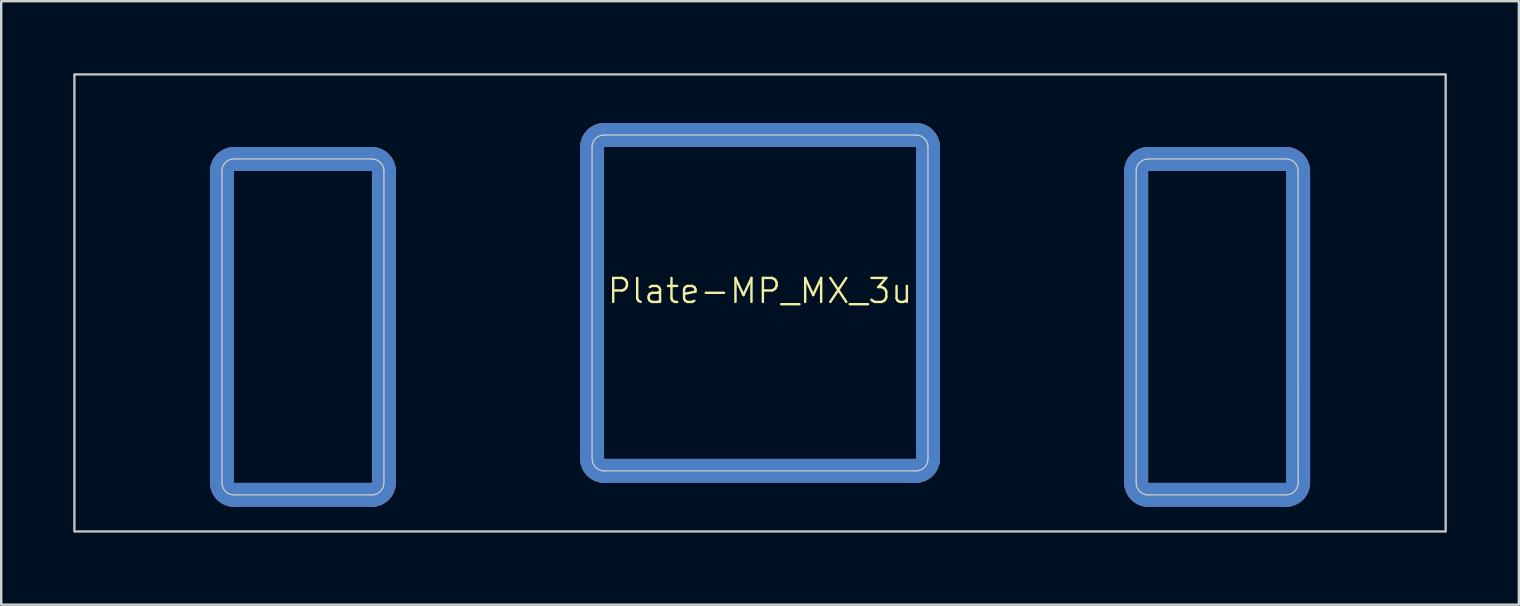
<source format=kicad_pcb>
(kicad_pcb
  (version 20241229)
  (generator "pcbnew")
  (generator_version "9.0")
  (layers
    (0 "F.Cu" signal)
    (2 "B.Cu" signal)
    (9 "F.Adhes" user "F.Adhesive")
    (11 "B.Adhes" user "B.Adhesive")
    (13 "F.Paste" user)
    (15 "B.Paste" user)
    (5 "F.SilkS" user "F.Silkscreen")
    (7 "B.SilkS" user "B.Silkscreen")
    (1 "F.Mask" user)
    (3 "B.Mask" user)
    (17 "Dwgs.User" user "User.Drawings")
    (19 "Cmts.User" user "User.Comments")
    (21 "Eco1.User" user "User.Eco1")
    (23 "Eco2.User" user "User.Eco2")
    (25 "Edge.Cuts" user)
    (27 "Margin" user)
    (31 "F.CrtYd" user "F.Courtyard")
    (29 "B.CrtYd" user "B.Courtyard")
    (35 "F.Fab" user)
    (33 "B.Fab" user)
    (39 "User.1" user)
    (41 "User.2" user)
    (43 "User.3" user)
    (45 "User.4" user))
  (footprint "Plate-MP_MX_3u"
    (layer "F.Cu")
    (at 28.625 9.575)
    (property "Reference" "Plate-MP_MX_3u" (at 0 -0.5 0) (unlocked yes) (layer "F.SilkS") (effects (font (size 1 1) (thickness 0.1))))
    (attr exclude_from_pos_files exclude_from_bom allow_missing_courtyard)
    (fp_line (start -22.425 -5.5) (end -22.425 7.5) (stroke (width 1) (type solid)) (layer "F.Cu"))
    (fp_line (start -16.175 -6) (end -21.925 -6) (stroke (width 1) (type solid)) (layer "F.Cu"))
    (fp_line (start -16.175 8) (end -21.925 8) (stroke (width 1) (type solid)) (layer "F.Cu"))
    (fp_line (start -15.675 -5.5) (end -15.675 7.5) (stroke (width 1) (type solid)) (layer "F.Cu"))
    (fp_line (start -7 -6.5) (end -7 6.5) (stroke (width 1) (type solid)) (layer "F.Cu"))
    (fp_line (start -6.5 7) (end 6.5 7) (stroke (width 1) (type solid)) (layer "F.Cu"))
    (fp_line (start 6.5 -7) (end -6.5 -7) (stroke (width 1) (type solid)) (layer "F.Cu"))
    (fp_line (start 7 6.5) (end 7 -6.5) (stroke (width 1) (type solid)) (layer "F.Cu"))
    (fp_line (start 15.675 -5.5) (end 15.675 7.5) (stroke (width 1) (type solid)) (layer "F.Cu"))
    (fp_line (start 21.925 -6) (end 16.175 -6) (stroke (width 1) (type solid)) (layer "F.Cu"))
    (fp_line (start 21.925 8) (end 16.175 8) (stroke (width 1) (type solid)) (layer "F.Cu"))
    (fp_line (start 22.425 -5.5) (end 22.425 7.5) (stroke (width 1) (type solid)) (layer "F.Cu"))
    (fp_arc (start -22.425 -5.499999) (mid -22.278553 -5.853552) (end -21.925 -5.999999) (stroke (width 1) (type solid)) (layer "F.Cu"))
    (fp_arc (start -21.925 8.000001) (mid -22.278554 7.853555) (end -22.425 7.500001) (stroke (width 1) (type solid)) (layer "F.Cu"))
    (fp_arc (start -16.175 -5.999999) (mid -15.821447 -5.853552) (end -15.675 -5.499999) (stroke (width 1) (type solid)) (layer "F.Cu"))
    (fp_arc (start -15.675 7.500001) (mid -15.821447 7.853554) (end -16.175 8.000001) (stroke (width 1) (type solid)) (layer "F.Cu"))
    (fp_arc (start -7 -6.5) (mid -6.853554 -6.853554) (end -6.5 -7) (stroke (width 1) (type solid)) (layer "F.Cu"))
    (fp_arc (start -6.497236 6.998884) (mid -6.85079 6.852438) (end -6.997236 6.498884) (stroke (width 1) (type solid)) (layer "F.Cu"))
    (fp_arc (start 6.5 -7) (mid 6.853554 -6.853554) (end 7 -6.5) (stroke (width 1) (type solid)) (layer "F.Cu"))
    (fp_arc (start 7 6.5) (mid 6.853554 6.853554) (end 6.5 7) (stroke (width 1) (type solid)) (layer "F.Cu"))
    (fp_arc (start 15.675 -5.499999) (mid 15.821447 -5.853552) (end 16.175 -5.999999) (stroke (width 1) (type solid)) (layer "F.Cu"))
    (fp_arc (start 16.175 8.000001) (mid 15.821446 7.853555) (end 15.675 7.500001) (stroke (width 1) (type solid)) (layer "F.Cu"))
    (fp_arc (start 21.925 -5.999999) (mid 22.278553 -5.853552) (end 22.425 -5.499999) (stroke (width 1) (type solid)) (layer "F.Cu"))
    (fp_arc (start 22.425 7.500001) (mid 22.278553 7.853554) (end 21.925 8.000001) (stroke (width 1) (type solid)) (layer "F.Cu"))
    (fp_line (start -22.425 -5.5) (end -22.425 7.5) (stroke (width 1.1) (type solid)) (layer "F.Mask"))
    (fp_line (start -21.925 -6) (end -16.175 -6) (stroke (width 1.1) (type solid)) (layer "F.Mask"))
    (fp_line (start -21.925 8) (end -16.175 8) (stroke (width 1.1) (type solid)) (layer "F.Mask"))
    (fp_line (start -15.675 -5.5) (end -15.675 7.5) (stroke (width 1.1) (type solid)) (layer "F.Mask"))
    (fp_line (start -7 -6.5) (end -7 6.5) (stroke (width 1.1) (type solid)) (layer "F.Mask"))
    (fp_line (start -6.5 7) (end 6.5 7) (stroke (width 1.1) (type solid)) (layer "F.Mask"))
    (fp_line (start 6.5 -7) (end -6.5 -7) (stroke (width 1.1) (type solid)) (layer "F.Mask"))
    (fp_line (start 7 6.5) (end 7 -6.5) (stroke (width 1.1) (type solid)) (layer "F.Mask"))
    (fp_line (start 15.675 -5.5) (end 15.675 7.5) (stroke (width 1.1) (type solid)) (layer "F.Mask"))
    (fp_line (start 16.175 -6) (end 21.925 -6) (stroke (width 1.1) (type solid)) (layer "F.Mask"))
    (fp_line (start 16.175 8) (end 21.925 8) (stroke (width 1.1) (type solid)) (layer "F.Mask"))
    (fp_line (start 22.425 -5.5) (end 22.425 7.5) (stroke (width 1.1) (type solid)) (layer "F.Mask"))
    (fp_arc (start -22.425 -5.499999) (mid -22.278553 -5.853552) (end -21.925 -5.999999) (stroke (width 1.1) (type solid)) (layer "F.Mask"))
    (fp_arc (start -21.925 8.000001) (mid -22.278553 7.853554) (end -22.425 7.500001) (stroke (width 1.1) (type solid)) (layer "F.Mask"))
    (fp_arc (start -16.175 -5.999999) (mid -15.821447 -5.853552) (end -15.675 -5.499999) (stroke (width 1.1) (type solid)) (layer "F.Mask"))
    (fp_arc (start -15.675 7.500001) (mid -15.821447 7.853554) (end -16.175 8.000001) (stroke (width 1.1) (type solid)) (layer "F.Mask"))
    (fp_arc (start -7 -6.5) (mid -6.853554 -6.853554) (end -6.5 -7) (stroke (width 1.1) (type solid)) (layer "F.Mask"))
    (fp_arc (start -6.497236 6.998884) (mid -6.85079 6.852438) (end -6.997236 6.498884) (stroke (width 1.1) (type solid)) (layer "F.Mask"))
    (fp_arc (start 6.5 -7) (mid 6.853554 -6.853554) (end 7 -6.5) (stroke (width 1.1) (type solid)) (layer "F.Mask"))
    (fp_arc (start 7 6.5) (mid 6.853554 6.853554) (end 6.5 7) (stroke (width 1.1) (type solid)) (layer "F.Mask"))
    (fp_arc (start 15.675 -5.499999) (mid 15.821447 -5.853552) (end 16.175 -5.999999) (stroke (width 1.1) (type solid)) (layer "F.Mask"))
    (fp_arc (start 16.175 8.000001) (mid 15.821447 7.853554) (end 15.675 7.500001) (stroke (width 1.1) (type solid)) (layer "F.Mask"))
    (fp_arc (start 21.925 -5.999999) (mid 22.278553 -5.853552) (end 22.425 -5.499999) (stroke (width 1.1) (type solid)) (layer "F.Mask"))
    (fp_arc (start 22.425 7.500001) (mid 22.278553 7.853554) (end 21.925 8.000001) (stroke (width 1.1) (type solid)) (layer "F.Mask"))
    (fp_line (start -22.425 -5.5) (end -22.425 7.5) (stroke (width 1) (type solid)) (layer "B.Cu"))
    (fp_line (start -21.925 -6) (end -16.175 -6) (stroke (width 1) (type solid)) (layer "B.Cu"))
    (fp_line (start -21.925 8) (end -16.175 8) (stroke (width 1) (type solid)) (layer "B.Cu"))
    (fp_line (start -15.675 -5.5) (end -15.675 7.5) (stroke (width 1) (type solid)) (layer "B.Cu"))
    (fp_line (start -7 6.5) (end -7 -6.5) (stroke (width 1) (type solid)) (layer "B.Cu"))
    (fp_line (start -6.5 -7) (end 6.5 -7) (stroke (width 1) (type solid)) (layer "B.Cu"))
    (fp_line (start 6.5 7) (end -6.5 7) (stroke (width 1) (type solid)) (layer "B.Cu"))
    (fp_line (start 7 -6.5) (end 7 6.5) (stroke (width 1) (type solid)) (layer "B.Cu"))
    (fp_line (start 15.675 -5.5) (end 15.675 7.5) (stroke (width 1) (type solid)) (layer "B.Cu"))
    (fp_line (start 16.175 -6) (end 21.925 -6) (stroke (width 1) (type solid)) (layer "B.Cu"))
    (fp_line (start 16.175 8) (end 21.925 8) (stroke (width 1) (type solid)) (layer "B.Cu"))
    (fp_line (start 22.425 -5.5) (end 22.425 7.5) (stroke (width 1) (type solid)) (layer "B.Cu"))
    (fp_arc (start -22.425 -5.499999) (mid -22.278553 -5.853552) (end -21.925 -5.999999) (stroke (width 1) (type solid)) (layer "B.Cu"))
    (fp_arc (start -21.925 8.000001) (mid -22.278553 7.853554) (end -22.425 7.500001) (stroke (width 1) (type solid)) (layer "B.Cu"))
    (fp_arc (start -16.175 -5.999999) (mid -15.821447 -5.853552) (end -15.675 -5.499999) (stroke (width 1) (type solid)) (layer "B.Cu"))
    (fp_arc (start -15.675 7.500001) (mid -15.821447 7.853554) (end -16.175 8.000001) (stroke (width 1) (type solid)) (layer "B.Cu"))
    (fp_arc (start -7 -6.5) (mid -6.853553 -6.853553) (end -6.5 -7) (stroke (width 1) (type solid)) (layer "B.Cu"))
    (fp_arc (start -6.5 7) (mid -6.853553 6.853553) (end -7 6.5) (stroke (width 1) (type solid)) (layer "B.Cu"))
    (fp_arc (start 6.5 -7) (mid 6.853554 -6.853554) (end 7 -6.5) (stroke (width 1) (type solid)) (layer "B.Cu"))
    (fp_arc (start 6.997236 6.498884) (mid 6.85079 6.852438) (end 6.497236 6.998884) (stroke (width 1) (type solid)) (layer "B.Cu"))
    (fp_arc (start 15.675 -5.499999) (mid 15.821447 -5.853552) (end 16.175 -5.999999) (stroke (width 1) (type solid)) (layer "B.Cu"))
    (fp_arc (start 16.175 8.000001) (mid 15.821447 7.853554) (end 15.675 7.500001) (stroke (width 1) (type solid)) (layer "B.Cu"))
    (fp_arc (start 21.925 -5.999999) (mid 22.278553 -5.853552) (end 22.425 -5.499999) (stroke (width 1) (type solid)) (layer "B.Cu"))
    (fp_arc (start 22.425 7.500001) (mid 22.278553 7.853554) (end 21.925 8.000001) (stroke (width 1) (type solid)) (layer "B.Cu"))
    (fp_line (start -22.425 -5.5) (end -22.425 7.5) (stroke (width 1.1) (type solid)) (layer "B.Mask"))
    (fp_line (start -16.175 -6) (end -21.925 -6) (stroke (width 1.1) (type solid)) (layer "B.Mask"))
    (fp_line (start -16.175 8) (end -21.925 8) (stroke (width 1.1) (type solid)) (layer "B.Mask"))
    (fp_line (start -15.675 -5.5) (end -15.675 7.5) (stroke (width 1.1) (type solid)) (layer "B.Mask"))
    (fp_line (start -7 6.5) (end -7 -6.5) (stroke (width 1.1) (type solid)) (layer "B.Mask"))
    (fp_line (start -6.5 -7) (end 6.5 -7) (stroke (width 1.1) (type solid)) (layer "B.Mask"))
    (fp_line (start 6.5 7) (end -6.5 7) (stroke (width 1.1) (type solid)) (layer "B.Mask"))
    (fp_line (start 7 -6.5) (end 7 6.5) (stroke (width 1.1) (type solid)) (layer "B.Mask"))
    (fp_line (start 15.675 -5.5) (end 15.675 7.5) (stroke (width 1.1) (type solid)) (layer "B.Mask"))
    (fp_line (start 21.925 -6) (end 16.175 -6) (stroke (width 1.1) (type solid)) (layer "B.Mask"))
    (fp_line (start 21.925 8) (end 16.175 8) (stroke (width 1.1) (type solid)) (layer "B.Mask"))
    (fp_line (start 22.425 -5.5) (end 22.425 7.5) (stroke (width 1.1) (type solid)) (layer "B.Mask"))
    (fp_arc (start -22.425 -5.499999) (mid -22.278553 -5.853552) (end -21.925 -5.999999) (stroke (width 1.1) (type solid)) (layer "B.Mask"))
    (fp_arc (start -21.925 8.000001) (mid -22.278553 7.853554) (end -22.425 7.500001) (stroke (width 1.1) (type solid)) (layer "B.Mask"))
    (fp_arc (start -16.175 -5.999999) (mid -15.821447 -5.853552) (end -15.675 -5.499999) (stroke (width 1.1) (type solid)) (layer "B.Mask"))
    (fp_arc (start -15.675 7.500001) (mid -15.821447 7.853554) (end -16.175 8.000001) (stroke (width 1.1) (type solid)) (layer "B.Mask"))
    (fp_arc (start -7 -6.5) (mid -6.853553 -6.853553) (end -6.5 -7) (stroke (width 1.1) (type solid)) (layer "B.Mask"))
    (fp_arc (start -6.5 7) (mid -6.853553 6.853553) (end -7 6.5) (stroke (width 1.1) (type solid)) (layer "B.Mask"))
    (fp_arc (start 6.5 -7) (mid 6.853554 -6.853554) (end 7 -6.5) (stroke (width 1.1) (type solid)) (layer "B.Mask"))
    (fp_arc (start 6.997236 6.498884) (mid 6.85079 6.852438) (end 6.497236 6.998884) (stroke (width 1.1) (type solid)) (layer "B.Mask"))
    (fp_arc (start 15.675 -5.499999) (mid 15.821447 -5.853552) (end 16.175 -5.999999) (stroke (width 1.1) (type solid)) (layer "B.Mask"))
    (fp_arc (start 16.175 8.000001) (mid 15.821447 7.853554) (end 15.675 7.500001) (stroke (width 1.1) (type solid)) (layer "B.Mask"))
    (fp_arc (start 21.925 -5.999999) (mid 22.278553 -5.853552) (end 22.425 -5.499999) (stroke (width 1.1) (type solid)) (layer "B.Mask"))
    (fp_arc (start 22.425 7.500001) (mid 22.278553 7.853554) (end 21.925 8.000001) (stroke (width 1.1) (type solid)) (layer "B.Mask"))
    (fp_rect (start -28.575 -9.525) (end 28.575 9.525) (stroke (width 0.1) (type solid)) (fill no) (layer "Dwgs.User"))
    (fp_line (start -22.425 -5.5) (end -22.425 7.5) (stroke (width 0.05) (type solid)) (layer "Edge.Cuts"))
    (fp_line (start -21.925 -6) (end -16.175 -6) (stroke (width 0.05) (type solid)) (layer "Edge.Cuts"))
    (fp_line (start -21.925 8) (end -16.175 8) (stroke (width 0.05) (type solid)) (layer "Edge.Cuts"))
    (fp_line (start -15.675 -5.5) (end -15.675 7.5) (stroke (width 0.05) (type solid)) (layer "Edge.Cuts"))
    (fp_line (start -7 -6.5) (end -7 6.5) (stroke (width 0.05) (type solid)) (layer "Edge.Cuts"))
    (fp_line (start -6.5 7) (end 6.5 7) (stroke (width 0.05) (type solid)) (layer "Edge.Cuts"))
    (fp_line (start 6.5 -7) (end -6.5 -7) (stroke (width 0.05) (type solid)) (layer "Edge.Cuts"))
    (fp_line (start 7 6.5) (end 7 -6.5) (stroke (width 0.05) (type solid)) (layer "Edge.Cuts"))
    (fp_line (start 15.676 -5.5) (end 15.676 7.5) (stroke (width 0.05) (type solid)) (layer "Edge.Cuts"))
    (fp_line (start 16.176 -6) (end 21.924 -6) (stroke (width 0.05) (type solid)) (layer "Edge.Cuts"))
    (fp_line (start 16.176 8) (end 21.926 8) (stroke (width 0.05) (type solid)) (layer "Edge.Cuts"))
    (fp_line (start 22.424 -5.5) (end 22.426 7.5) (stroke (width 0.05) (type solid)) (layer "Edge.Cuts"))
    (fp_arc (start -22.425 -5.499999) (mid -22.278553 -5.853552) (end -21.925 -5.999999) (stroke (width 0.05) (type solid)) (layer "Edge.Cuts"))
    (fp_arc (start -21.925 8.000001) (mid -22.278553 7.853554) (end -22.425 7.500001) (stroke (width 0.05) (type solid)) (layer "Edge.Cuts"))
    (fp_arc (start -16.175 -5.999999) (mid -15.821447 -5.853552) (end -15.675 -5.499999) (stroke (width 0.05) (type solid)) (layer "Edge.Cuts"))
    (fp_arc (start -15.675 7.500001) (mid -15.821447 7.853554) (end -16.175 8.000001) (stroke (width 0.05) (type solid)) (layer "Edge.Cuts"))
    (fp_arc (start -7 -6.5) (mid -6.853553 -6.853553) (end -6.5 -7) (stroke (width 0.05) (type solid)) (layer "Edge.Cuts"))
    (fp_arc (start -6.497236 6.998884) (mid -6.850789 6.852437) (end -6.997236 6.498884) (stroke (width 0.05) (type solid)) (layer "Edge.Cuts"))
    (fp_arc (start 6.5 -7) (mid 6.853554 -6.853554) (end 7 -6.5) (stroke (width 0.05) (type solid)) (layer "Edge.Cuts"))
    (fp_arc (start 7 6.5) (mid 6.853554 6.853554) (end 6.5 7) (stroke (width 0.05) (type solid)) (layer "Edge.Cuts"))
    (fp_arc (start 15.675605 -5.499999) (mid 15.822048 -5.853571) (end 16.175605 -5.999999) (stroke (width 0.05) (type solid)) (layer "Edge.Cuts"))
    (fp_arc (start 16.175605 8.000001) (mid 15.822084 7.853537) (end 15.675605 7.500001) (stroke (width 0.05) (type solid)) (layer "Edge.Cuts"))
    (fp_arc (start 21.924394 -5.999999) (mid 22.277922 -5.853539) (end 22.424394 -5.499999) (stroke (width 0.05) (type solid)) (layer "Edge.Cuts"))
    (fp_arc (start 22.425605 7.500001) (mid 22.279161 7.853571) (end 21.925605 8.000001) (stroke (width 0.05) (type solid)) (layer "Edge.Cuts")))
  (gr_rect
    (start -3 -3)
    (end 60.25 22.15)
    (stroke (width 0.1) (type default))
    (fill no)
    (layer "Edge.Cuts")))
</source>
